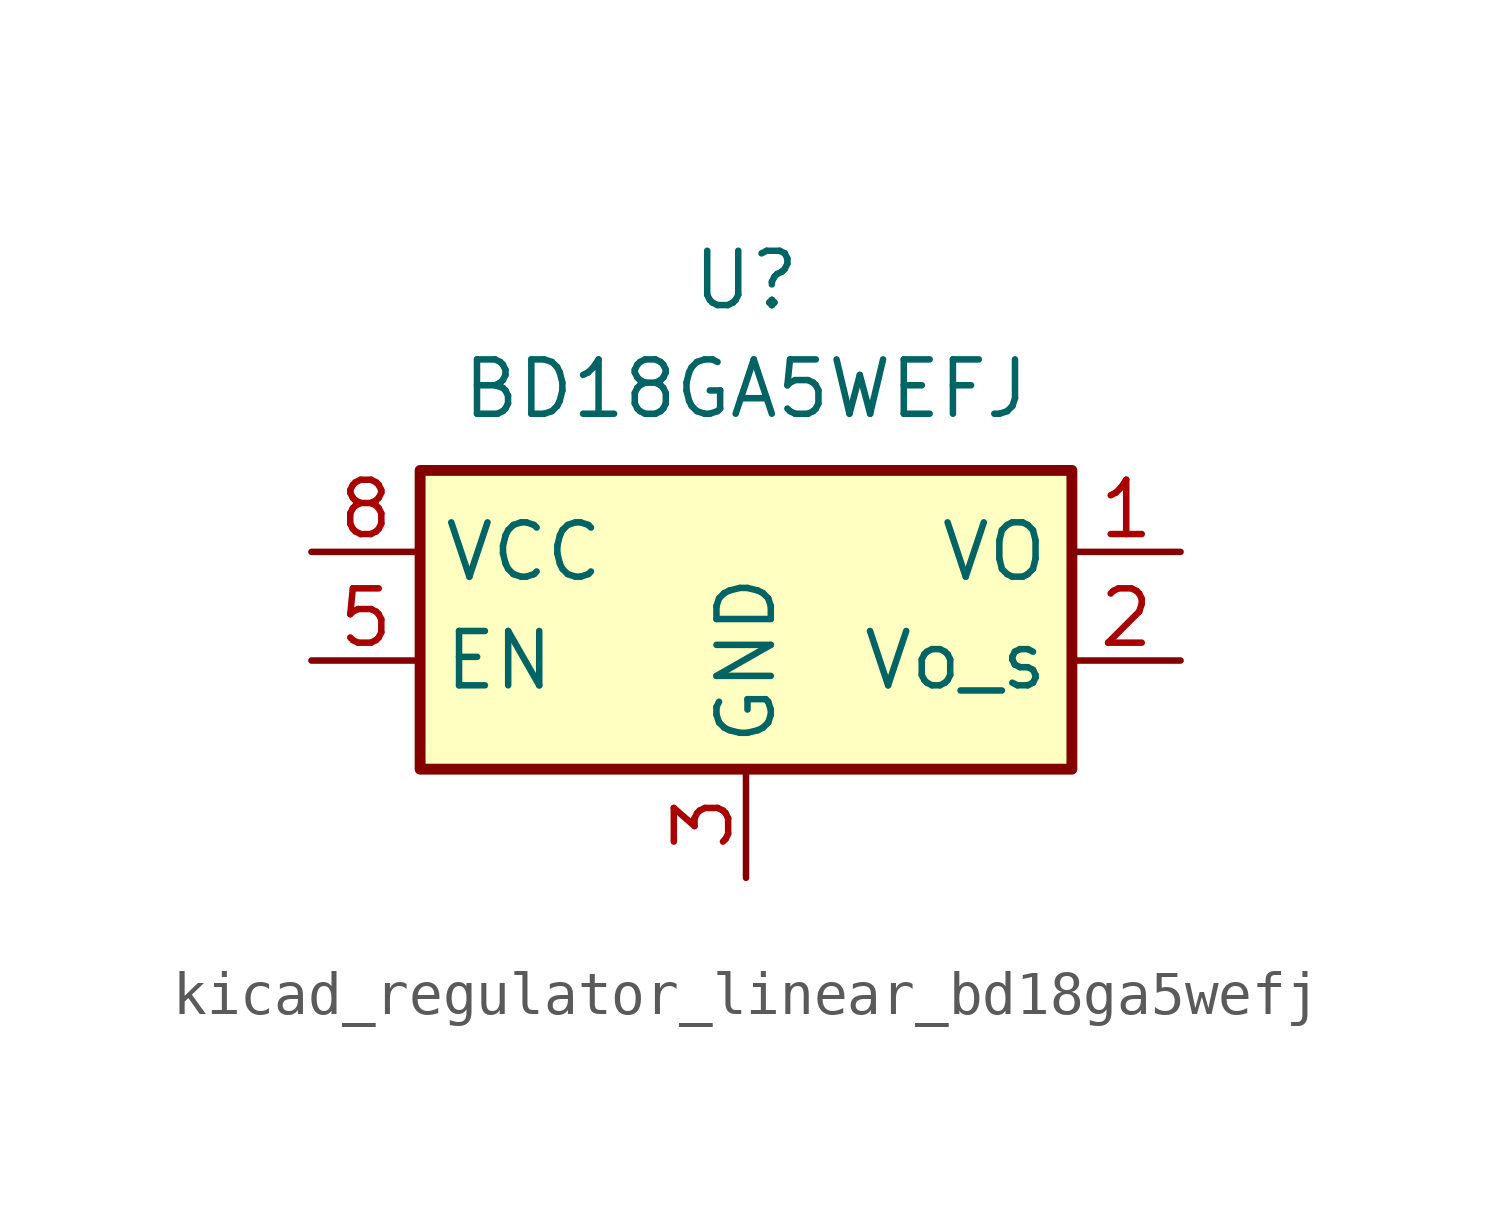
<source format=kicad_sym>
(kicad_symbol_lib
  (version 20220914)
  (generator kicad_symbol_editor)
  (symbol "kicad_regulator_linear_bd18ga5wefj"
    (property "Reference" "U"
      (at 0 6.35 0)
      (effects (font (size 1.27 1.27))))
    (property "Value" "BD18GA5WEFJ"
      (at 0 3.81 0)
      (effects (font (size 1.27 1.27))))
    (symbol "kicad_regulator_linear_bd18ga5wefj_1_1"
      (rectangle (start -7.62 -5.08) (end 7.62 1.905) (stroke (width 0.254) (type default)) (fill (type background)))
      (pin power_out line (at 10.16 0 180) (length 2.54) (name "VO" (effects (font (size 1.27 1.27)))) (number "1" (effects (font (size 1.27 1.27)))))
      (pin input line (at 10.16 -2.54 180) (length 2.54) (name "Vo_s" (effects (font (size 1.27 1.27)))) (number "2" (effects (font (size 1.27 1.27)))))
      (pin power_in line (at 0 -7.62 90) (length 2.54) (name "GND" (effects (font (size 1.27 1.27)))) (number "3" (effects (font (size 1.27 1.27)))))
      (pin passive line (at 0 -7.62 90) (length 2.54) hide (name "GND" (effects (font (size 1.27 1.27)))) (number "4" (effects (font (size 1.27 1.27)))))
      (pin input line (at -10.16 -2.54 0) (length 2.54) (name "EN" (effects (font (size 1.27 1.27)))) (number "5" (effects (font (size 1.27 1.27)))))
      (pin passive line (at 0 -7.62 90) (length 2.54) hide (name "GND" (effects (font (size 1.27 1.27)))) (number "6" (effects (font (size 1.27 1.27)))))
      (pin passive line (at 0 -7.62 90) (length 2.54) hide (name "GND" (effects (font (size 1.27 1.27)))) (number "7" (effects (font (size 1.27 1.27)))))
      (pin power_in line (at -10.16 0 0) (length 2.54) (name "VCC" (effects (font (size 1.27 1.27)))) (number "8" (effects (font (size 1.27 1.27)))))
      (pin passive line (at 0 -7.62 90) (length 2.54) hide (name "GND" (effects (font (size 1.27 1.27)))) (number "9" (effects (font (size 1.27 1.27))))))))
</source>
